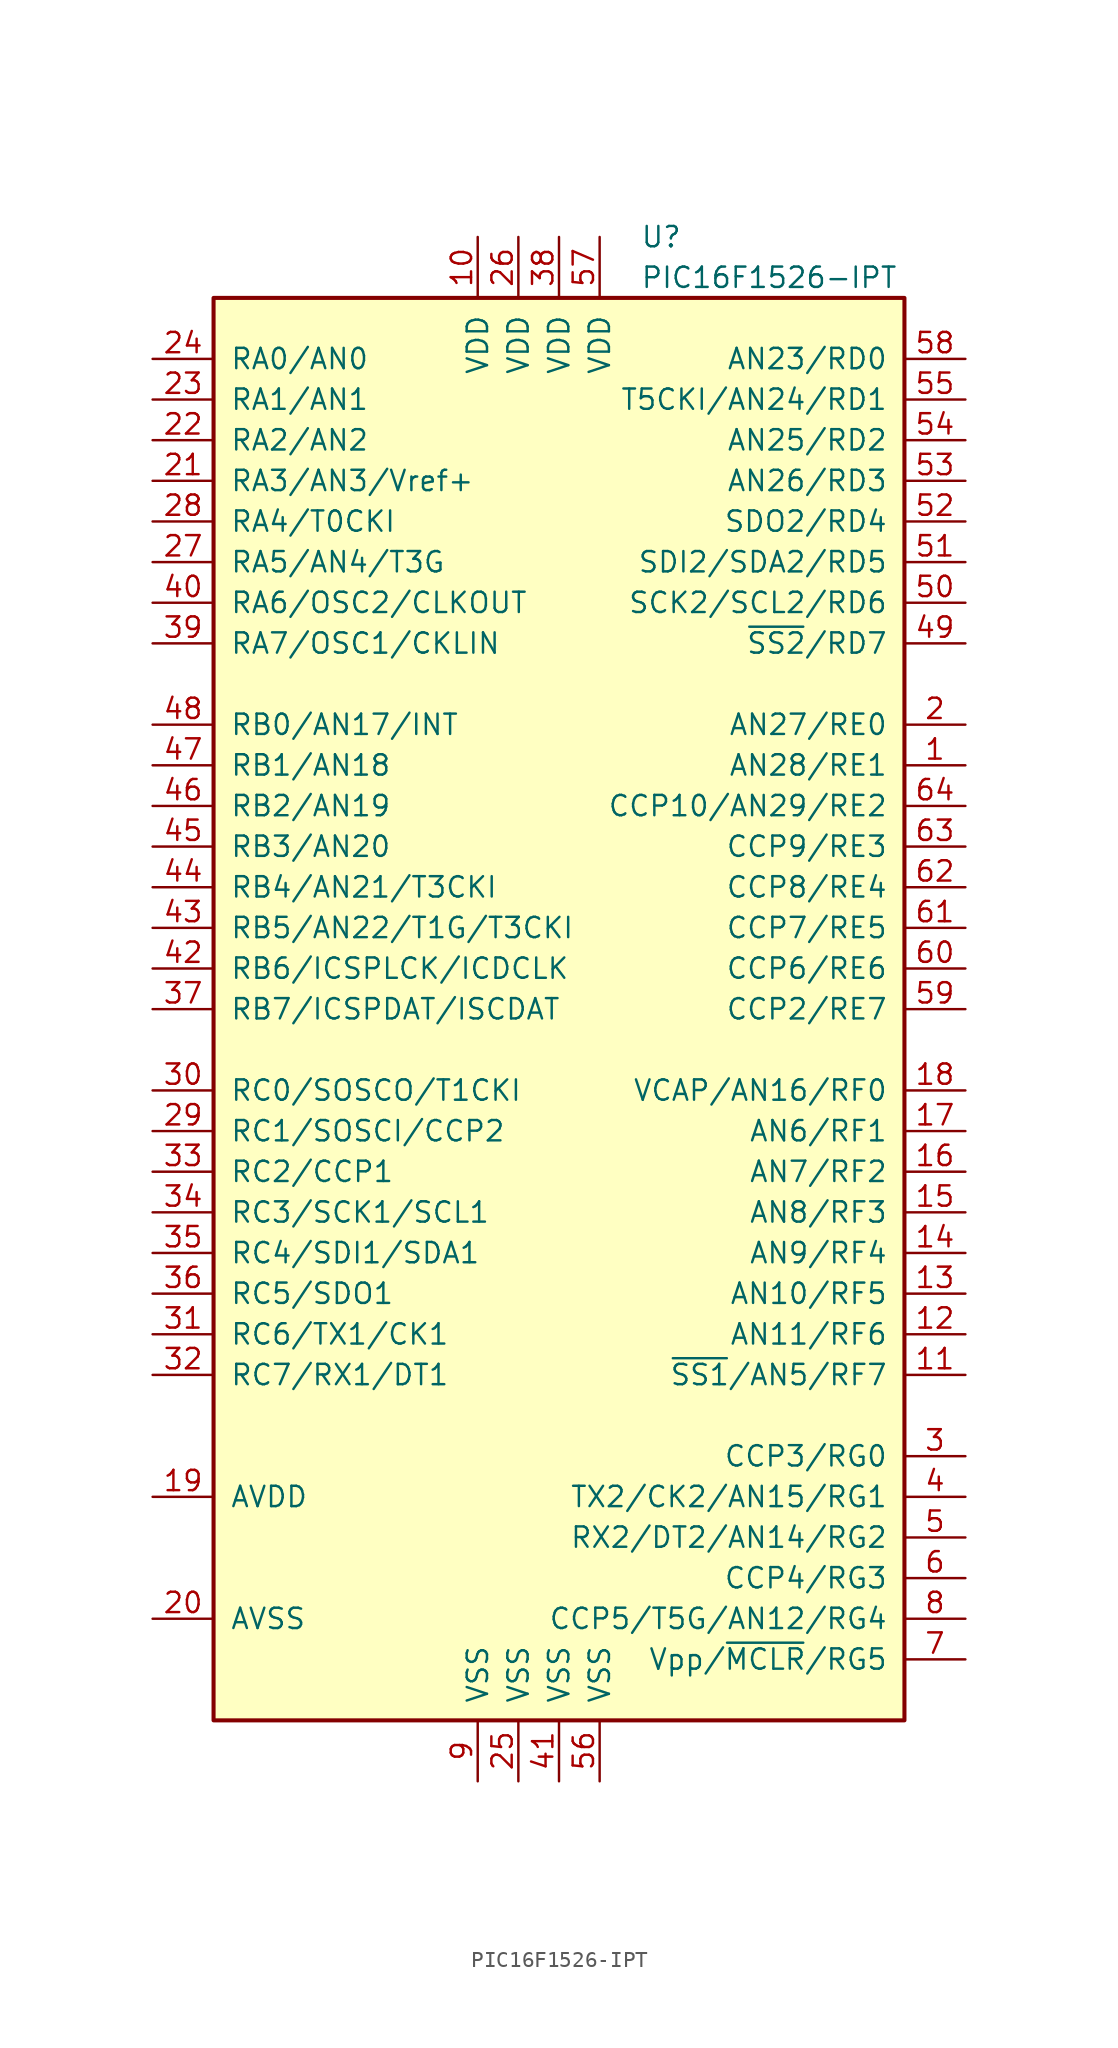
<source format=kicad_sym>
(kicad_symbol_lib
  (version 20201005)
  (generator kicad_symbol_editor)
  (symbol "MCU_Microchip_PIC16:PIC16F1526-IPT"
    (pin_names
      (offset 1.016))
    (property "Reference" "U"
      (at 5.08 48.26 0)
      (effects (font (size 1.27 1.27)) (justify left)))
    (property "Value" "PIC16F1526-IPT"
      (at 5.08 45.72 0)
      (effects (font (size 1.27 1.27)) (justify left)))
    (symbol "PIC16F1526-IPT_0_1"
      (rectangle (start -21.59 44.45) (end 21.59 -44.45) (stroke (width 0.254)) (fill (type background))))
    (symbol "PIC16F1526-IPT_1_1"
      (pin bidirectional line (at 25.4 15.24 180) (length 3.81) (name "AN28/RE1" (effects (font (size 1.27 1.27)))) (number "1" (effects (font (size 1.27 1.27)))))
      (pin power_in line (at -5.08 48.26 270) (length 3.81) (name "VDD" (effects (font (size 1.27 1.27)))) (number "10" (effects (font (size 1.27 1.27)))))
      (pin bidirectional line (at 25.4 -22.86 180) (length 3.81) (name "~SS1~/AN5/RF7" (effects (font (size 1.27 1.27)))) (number "11" (effects (font (size 1.27 1.27)))))
      (pin bidirectional line (at 25.4 -20.32 180) (length 3.81) (name "AN11/RF6" (effects (font (size 1.27 1.27)))) (number "12" (effects (font (size 1.27 1.27)))))
      (pin bidirectional line (at 25.4 -17.78 180) (length 3.81) (name "AN10/RF5" (effects (font (size 1.27 1.27)))) (number "13" (effects (font (size 1.27 1.27)))))
      (pin bidirectional line (at 25.4 -15.24 180) (length 3.81) (name "AN9/RF4" (effects (font (size 1.27 1.27)))) (number "14" (effects (font (size 1.27 1.27)))))
      (pin bidirectional line (at 25.4 -12.7 180) (length 3.81) (name "AN8/RF3" (effects (font (size 1.27 1.27)))) (number "15" (effects (font (size 1.27 1.27)))))
      (pin bidirectional line (at 25.4 -10.16 180) (length 3.81) (name "AN7/RF2" (effects (font (size 1.27 1.27)))) (number "16" (effects (font (size 1.27 1.27)))))
      (pin bidirectional line (at 25.4 -7.62 180) (length 3.81) (name "AN6/RF1" (effects (font (size 1.27 1.27)))) (number "17" (effects (font (size 1.27 1.27)))))
      (pin bidirectional line (at 25.4 -5.08 180) (length 3.81) (name "VCAP/AN16/RF0" (effects (font (size 1.27 1.27)))) (number "18" (effects (font (size 1.27 1.27)))))
      (pin power_in line (at -25.4 -30.48 0) (length 3.81) (name "AVDD" (effects (font (size 1.27 1.27)))) (number "19" (effects (font (size 1.27 1.27)))))
      (pin bidirectional line (at 25.4 17.78 180) (length 3.81) (name "AN27/RE0" (effects (font (size 1.27 1.27)))) (number "2" (effects (font (size 1.27 1.27)))))
      (pin power_in line (at -25.4 -38.1 0) (length 3.81) (name "AVSS" (effects (font (size 1.27 1.27)))) (number "20" (effects (font (size 1.27 1.27)))))
      (pin bidirectional line (at -25.4 33.02 0) (length 3.81) (name "RA3/AN3/Vref+" (effects (font (size 1.27 1.27)))) (number "21" (effects (font (size 1.27 1.27)))))
      (pin bidirectional line (at -25.4 35.56 0) (length 3.81) (name "RA2/AN2" (effects (font (size 1.27 1.27)))) (number "22" (effects (font (size 1.27 1.27)))))
      (pin bidirectional line (at -25.4 38.1 0) (length 3.81) (name "RA1/AN1" (effects (font (size 1.27 1.27)))) (number "23" (effects (font (size 1.27 1.27)))))
      (pin bidirectional line (at -25.4 40.64 0) (length 3.81) (name "RA0/AN0" (effects (font (size 1.27 1.27)))) (number "24" (effects (font (size 1.27 1.27)))))
      (pin power_in line (at -2.54 -48.26 90) (length 3.81) (name "VSS" (effects (font (size 1.27 1.27)))) (number "25" (effects (font (size 1.27 1.27)))))
      (pin power_in line (at -2.54 48.26 270) (length 3.81) (name "VDD" (effects (font (size 1.27 1.27)))) (number "26" (effects (font (size 1.27 1.27)))))
      (pin bidirectional line (at -25.4 27.94 0) (length 3.81) (name "RA5/AN4/T3G" (effects (font (size 1.27 1.27)))) (number "27" (effects (font (size 1.27 1.27)))))
      (pin bidirectional line (at -25.4 30.48 0) (length 3.81) (name "RA4/T0CKI" (effects (font (size 1.27 1.27)))) (number "28" (effects (font (size 1.27 1.27)))))
      (pin bidirectional line (at -25.4 -7.62 0) (length 3.81) (name "RC1/SOSCI/CCP2" (effects (font (size 1.27 1.27)))) (number "29" (effects (font (size 1.27 1.27)))))
      (pin bidirectional line (at 25.4 -27.94 180) (length 3.81) (name "CCP3/RG0" (effects (font (size 1.27 1.27)))) (number "3" (effects (font (size 1.27 1.27)))))
      (pin bidirectional line (at -25.4 -5.08 0) (length 3.81) (name "RC0/SOSCO/T1CKI" (effects (font (size 1.27 1.27)))) (number "30" (effects (font (size 1.27 1.27)))))
      (pin bidirectional line (at -25.4 -20.32 0) (length 3.81) (name "RC6/TX1/CK1" (effects (font (size 1.27 1.27)))) (number "31" (effects (font (size 1.27 1.27)))))
      (pin bidirectional line (at -25.4 -22.86 0) (length 3.81) (name "RC7/RX1/DT1" (effects (font (size 1.27 1.27)))) (number "32" (effects (font (size 1.27 1.27)))))
      (pin bidirectional line (at -25.4 -10.16 0) (length 3.81) (name "RC2/CCP1" (effects (font (size 1.27 1.27)))) (number "33" (effects (font (size 1.27 1.27)))))
      (pin bidirectional line (at -25.4 -12.7 0) (length 3.81) (name "RC3/SCK1/SCL1" (effects (font (size 1.27 1.27)))) (number "34" (effects (font (size 1.27 1.27)))))
      (pin bidirectional line (at -25.4 -15.24 0) (length 3.81) (name "RC4/SDI1/SDA1" (effects (font (size 1.27 1.27)))) (number "35" (effects (font (size 1.27 1.27)))))
      (pin bidirectional line (at -25.4 -17.78 0) (length 3.81) (name "RC5/SDO1" (effects (font (size 1.27 1.27)))) (number "36" (effects (font (size 1.27 1.27)))))
      (pin bidirectional line (at -25.4 0 0) (length 3.81) (name "RB7/ICSPDAT/ISCDAT" (effects (font (size 1.27 1.27)))) (number "37" (effects (font (size 1.27 1.27)))))
      (pin power_in line (at 0 48.26 270) (length 3.81) (name "VDD" (effects (font (size 1.27 1.27)))) (number "38" (effects (font (size 1.27 1.27)))))
      (pin bidirectional line (at -25.4 22.86 0) (length 3.81) (name "RA7/OSC1/CKLIN" (effects (font (size 1.27 1.27)))) (number "39" (effects (font (size 1.27 1.27)))))
      (pin bidirectional line (at 25.4 -30.48 180) (length 3.81) (name "TX2/CK2/AN15/RG1" (effects (font (size 1.27 1.27)))) (number "4" (effects (font (size 1.27 1.27)))))
      (pin bidirectional line (at -25.4 25.4 0) (length 3.81) (name "RA6/OSC2/CLKOUT" (effects (font (size 1.27 1.27)))) (number "40" (effects (font (size 1.27 1.27)))))
      (pin power_in line (at 0 -48.26 90) (length 3.81) (name "VSS" (effects (font (size 1.27 1.27)))) (number "41" (effects (font (size 1.27 1.27)))))
      (pin bidirectional line (at -25.4 2.54 0) (length 3.81) (name "RB6/ICSPLCK/ICDCLK" (effects (font (size 1.27 1.27)))) (number "42" (effects (font (size 1.27 1.27)))))
      (pin bidirectional line (at -25.4 5.08 0) (length 3.81) (name "RB5/AN22/T1G/T3CKI" (effects (font (size 1.27 1.27)))) (number "43" (effects (font (size 1.27 1.27)))))
      (pin bidirectional line (at -25.4 7.62 0) (length 3.81) (name "RB4/AN21/T3CKI" (effects (font (size 1.27 1.27)))) (number "44" (effects (font (size 1.27 1.27)))))
      (pin bidirectional line (at -25.4 10.16 0) (length 3.81) (name "RB3/AN20" (effects (font (size 1.27 1.27)))) (number "45" (effects (font (size 1.27 1.27)))))
      (pin bidirectional line (at -25.4 12.7 0) (length 3.81) (name "RB2/AN19" (effects (font (size 1.27 1.27)))) (number "46" (effects (font (size 1.27 1.27)))))
      (pin bidirectional line (at -25.4 15.24 0) (length 3.81) (name "RB1/AN18" (effects (font (size 1.27 1.27)))) (number "47" (effects (font (size 1.27 1.27)))))
      (pin bidirectional line (at -25.4 17.78 0) (length 3.81) (name "RB0/AN17/INT" (effects (font (size 1.27 1.27)))) (number "48" (effects (font (size 1.27 1.27)))))
      (pin bidirectional line (at 25.4 22.86 180) (length 3.81) (name "~SS2~/RD7" (effects (font (size 1.27 1.27)))) (number "49" (effects (font (size 1.27 1.27)))))
      (pin bidirectional line (at 25.4 -33.02 180) (length 3.81) (name "RX2/DT2/AN14/RG2" (effects (font (size 1.27 1.27)))) (number "5" (effects (font (size 1.27 1.27)))))
      (pin bidirectional line (at 25.4 25.4 180) (length 3.81) (name "SCK2/SCL2/RD6" (effects (font (size 1.27 1.27)))) (number "50" (effects (font (size 1.27 1.27)))))
      (pin bidirectional line (at 25.4 27.94 180) (length 3.81) (name "SDI2/SDA2/RD5" (effects (font (size 1.27 1.27)))) (number "51" (effects (font (size 1.27 1.27)))))
      (pin bidirectional line (at 25.4 30.48 180) (length 3.81) (name "SDO2/RD4" (effects (font (size 1.27 1.27)))) (number "52" (effects (font (size 1.27 1.27)))))
      (pin bidirectional line (at 25.4 33.02 180) (length 3.81) (name "AN26/RD3" (effects (font (size 1.27 1.27)))) (number "53" (effects (font (size 1.27 1.27)))))
      (pin bidirectional line (at 25.4 35.56 180) (length 3.81) (name "AN25/RD2" (effects (font (size 1.27 1.27)))) (number "54" (effects (font (size 1.27 1.27)))))
      (pin bidirectional line (at 25.4 38.1 180) (length 3.81) (name "T5CKI/AN24/RD1" (effects (font (size 1.27 1.27)))) (number "55" (effects (font (size 1.27 1.27)))))
      (pin power_in line (at 2.54 -48.26 90) (length 3.81) (name "VSS" (effects (font (size 1.27 1.27)))) (number "56" (effects (font (size 1.27 1.27)))))
      (pin power_in line (at 2.54 48.26 270) (length 3.81) (name "VDD" (effects (font (size 1.27 1.27)))) (number "57" (effects (font (size 1.27 1.27)))))
      (pin bidirectional line (at 25.4 40.64 180) (length 3.81) (name "AN23/RD0" (effects (font (size 1.27 1.27)))) (number "58" (effects (font (size 1.27 1.27)))))
      (pin bidirectional line (at 25.4 0 180) (length 3.81) (name "CCP2/RE7" (effects (font (size 1.27 1.27)))) (number "59" (effects (font (size 1.27 1.27)))))
      (pin bidirectional line (at 25.4 -35.56 180) (length 3.81) (name "CCP4/RG3" (effects (font (size 1.27 1.27)))) (number "6" (effects (font (size 1.27 1.27)))))
      (pin bidirectional line (at 25.4 2.54 180) (length 3.81) (name "CCP6/RE6" (effects (font (size 1.27 1.27)))) (number "60" (effects (font (size 1.27 1.27)))))
      (pin bidirectional line (at 25.4 5.08 180) (length 3.81) (name "CCP7/RE5" (effects (font (size 1.27 1.27)))) (number "61" (effects (font (size 1.27 1.27)))))
      (pin bidirectional line (at 25.4 7.62 180) (length 3.81) (name "CCP8/RE4" (effects (font (size 1.27 1.27)))) (number "62" (effects (font (size 1.27 1.27)))))
      (pin bidirectional line (at 25.4 10.16 180) (length 3.81) (name "CCP9/RE3" (effects (font (size 1.27 1.27)))) (number "63" (effects (font (size 1.27 1.27)))))
      (pin bidirectional line (at 25.4 12.7 180) (length 3.81) (name "CCP10/AN29/RE2" (effects (font (size 1.27 1.27)))) (number "64" (effects (font (size 1.27 1.27)))))
      (pin input line (at 25.4 -40.64 180) (length 3.81) (name "Vpp/~MCLR~/RG5" (effects (font (size 1.27 1.27)))) (number "7" (effects (font (size 1.27 1.27)))))
      (pin bidirectional line (at 25.4 -38.1 180) (length 3.81) (name "CCP5/T5G/AN12/RG4" (effects (font (size 1.27 1.27)))) (number "8" (effects (font (size 1.27 1.27)))))
      (pin power_in line (at -5.08 -48.26 90) (length 3.81) (name "VSS" (effects (font (size 1.27 1.27)))) (number "9" (effects (font (size 1.27 1.27))))))))
</source>
